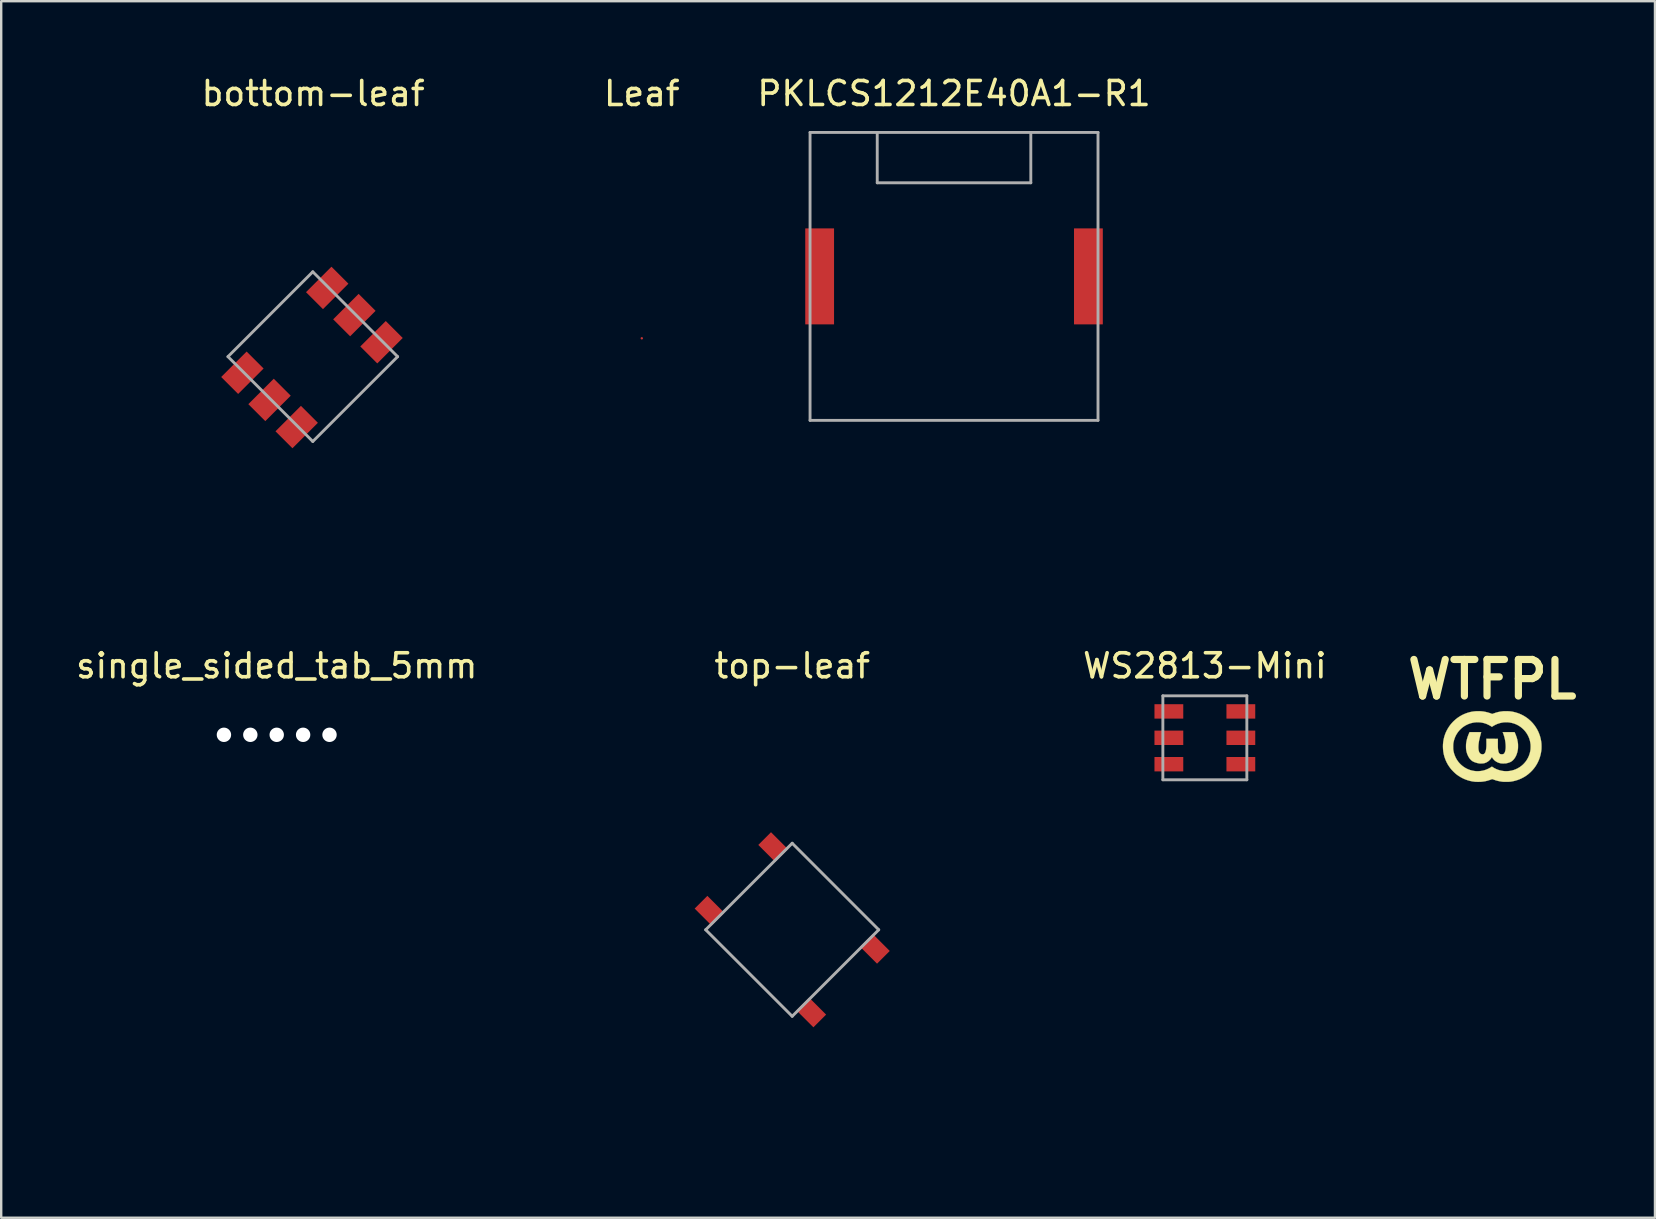
<source format=kicad_pcb>
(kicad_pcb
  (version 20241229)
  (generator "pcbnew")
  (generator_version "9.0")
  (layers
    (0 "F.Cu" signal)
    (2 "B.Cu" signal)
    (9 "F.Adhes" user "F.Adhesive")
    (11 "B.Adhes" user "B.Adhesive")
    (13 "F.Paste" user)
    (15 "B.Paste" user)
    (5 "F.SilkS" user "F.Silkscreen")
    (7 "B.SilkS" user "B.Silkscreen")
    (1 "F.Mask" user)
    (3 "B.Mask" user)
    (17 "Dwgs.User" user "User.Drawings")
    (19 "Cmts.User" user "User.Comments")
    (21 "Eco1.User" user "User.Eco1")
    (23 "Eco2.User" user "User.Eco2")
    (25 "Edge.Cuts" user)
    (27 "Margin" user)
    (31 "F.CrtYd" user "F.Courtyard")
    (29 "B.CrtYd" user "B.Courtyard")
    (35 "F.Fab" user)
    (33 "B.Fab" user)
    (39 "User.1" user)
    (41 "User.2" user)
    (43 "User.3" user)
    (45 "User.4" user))
  (footprint "single_sided_tab_5mm"
    (layer "F.Cu")
    (at 8.482 27.197)
    (property "Reference" "single_sided_tab_5mm" (at 0 -2.5 0) (layer "F.SilkS") (effects (font (size 1 1) (thickness 0.15))))
    (attr through_hole)
    (fp_arc (start -2.5 -0.5) (mid -2.646447 -0.146447) (end -3 0) (stroke (width 0.05) (type solid)) (layer "Eco1.User"))
    (fp_arc (start 3 0) (mid 2.646447 -0.146447) (end 2.5 -0.5) (stroke (width 0.05) (type solid)) (layer "Eco1.User"))
    (pad "" np_thru_hole circle (at -2.2 0.375) (size 0.6 0.6) (drill 0.6) (layers "*.Cu" "*.Mask"))
    (pad "" np_thru_hole circle (at -1.1 0.375) (size 0.6 0.6) (drill 0.6) (layers "*.Cu" "*.Mask"))
    (pad "" np_thru_hole circle (at 0 0.375) (size 0.6 0.6) (drill 0.6) (layers "*.Cu" "*.Mask"))
    (pad "" np_thru_hole circle (at 1.1 0.375) (size 0.6 0.6) (drill 0.6) (layers "*.Cu" "*.Mask"))
    (pad "" np_thru_hole circle (at 2.2 0.375) (size 0.6 0.6) (drill 0.6) (layers "*.Cu" "*.Mask")))
  (footprint "WTFPL"
    (layer "F.Cu")
    (at 59.138 28.06)
    (property "Reference" "WTFPL" (at 0 -2.794 0) (layer "F.SilkS") (effects (font (size 1.524 1.524) (thickness 0.3))))
    (attr smd)
    (fp_poly (pts (xy -0.655 -0.599) (xy -0.614 -0.599) (xy -0.579 -0.599) (xy -0.55 -0.598) (xy -0.526 -0.598) (xy -0.507 -0.598) (xy -0.492 -0.598) (xy -0.48 -0.597) (xy -0.472 -0.597) (xy -0.467 -0.596) (xy -0.464 -0.595) (xy -0.462 -0.594) (xy -0.462 -0.593) (xy -0.462 -0.592) (xy -0.468 -0.575) (xy -0.474 -0.552) (xy -0.482 -0.525) (xy -0.49 -0.496) (xy -0.498 -0.467) (xy -0.505 -0.439) (xy -0.511 -0.415) (xy -0.513 -0.407) (xy -0.533 -0.322) (xy -0.55 -0.243) (xy -0.562 -0.169) (xy -0.571 -0.099) (xy -0.576 -0.033) (xy -0.578 0.029) (xy -0.576 0.085) (xy -0.571 0.135) (xy -0.563 0.179) (xy -0.551 0.217) (xy -0.535 0.25) (xy -0.516 0.276) (xy -0.511 0.282) (xy -0.493 0.297) (xy -0.47 0.309) (xy -0.444 0.319) (xy -0.418 0.324) (xy -0.394 0.325) (xy -0.391 0.325) (xy -0.365 0.319) (xy -0.342 0.307) (xy -0.321 0.289) (xy -0.303 0.264) (xy -0.288 0.232) (xy -0.274 0.194) (xy -0.263 0.149) (xy -0.258 0.119) (xy -0.254 0.093) (xy -0.25 0.066) (xy -0.248 0.039) (xy -0.246 0.011) (xy -0.244 -0.021) (xy -0.244 -0.056) (xy -0.243 -0.095) (xy -0.244 -0.141) (xy -0.244 -0.177) (xy -0.246 -0.323) (xy -0.166 -0.323) (xy -0.144 -0.323) (xy -0.116 -0.323) (xy -0.084 -0.322) (xy -0.049 -0.322) (xy -0.011 -0.322) (xy 0.027 -0.321) (xy 0.065 -0.321) (xy 0.074 -0.321) (xy 0.234 -0.318) (xy 0.233 -0.158) (xy 0.233 -0.102) (xy 0.233 -0.053) (xy 0.233 -0.009) (xy 0.234 0.029) (xy 0.236 0.063) (xy 0.238 0.094) (xy 0.241 0.122) (xy 0.245 0.147) (xy 0.247 0.161) (xy 0.255 0.203) (xy 0.266 0.237) (xy 0.279 0.265) (xy 0.295 0.288) (xy 0.314 0.304) (xy 0.335 0.315) (xy 0.35 0.32) (xy 0.365 0.322) (xy 0.383 0.323) (xy 0.403 0.323) (xy 0.423 0.322) (xy 0.442 0.32) (xy 0.456 0.317) (xy 0.464 0.314) (xy 0.484 0.299) (xy 0.503 0.278) (xy 0.519 0.25) (xy 0.532 0.217) (xy 0.543 0.179) (xy 0.551 0.137) (xy 0.557 0.089) (xy 0.56 0.039) (xy 0.56 -0.016) (xy 0.558 -0.073) (xy 0.553 -0.133) (xy 0.546 -0.195) (xy 0.536 -0.258) (xy 0.523 -0.323) (xy 0.511 -0.37) (xy 0.503 -0.403) (xy 0.492 -0.438) (xy 0.481 -0.474) (xy 0.47 -0.509) (xy 0.459 -0.54) (xy 0.448 -0.566) (xy 0.448 -0.568) (xy 0.442 -0.581) (xy 0.438 -0.591) (xy 0.436 -0.597) (xy 0.435 -0.598) (xy 0.439 -0.598) (xy 0.449 -0.598) (xy 0.465 -0.598) (xy 0.487 -0.598) (xy 0.514 -0.598) (xy 0.545 -0.599) (xy 0.58 -0.599) (xy 0.617 -0.599) (xy 0.658 -0.599) (xy 0.682 -0.599) (xy 0.929 -0.599) (xy 0.944 -0.567) (xy 0.983 -0.476) (xy 1.015 -0.385) (xy 1.041 -0.295) (xy 1.059 -0.204) (xy 1.069 -0.14) (xy 1.072 -0.107) (xy 1.074 -0.069) (xy 1.074 -0.029) (xy 1.074 0.012) (xy 1.073 0.051) (xy 1.071 0.086) (xy 1.069 0.104) (xy 1.058 0.172) (xy 1.043 0.239) (xy 1.024 0.302) (xy 1.001 0.362) (xy 0.975 0.418) (xy 0.944 0.469) (xy 0.911 0.516) (xy 0.875 0.558) (xy 0.837 0.594) (xy 0.796 0.624) (xy 0.753 0.648) (xy 0.753 0.648) (xy 0.72 0.661) (xy 0.682 0.674) (xy 0.642 0.686) (xy 0.603 0.696) (xy 0.602 0.696) (xy 0.587 0.699) (xy 0.574 0.701) (xy 0.562 0.703) (xy 0.548 0.704) (xy 0.533 0.705) (xy 0.513 0.705) (xy 0.489 0.706) (xy 0.468 0.706) (xy 0.435 0.706) (xy 0.408 0.705) (xy 0.385 0.704) (xy 0.365 0.702) (xy 0.347 0.699) (xy 0.328 0.695) (xy 0.307 0.689) (xy 0.283 0.682) (xy 0.282 0.682) (xy 0.226 0.661) (xy 0.173 0.634) (xy 0.124 0.601) (xy 0.086 0.57) (xy 0.069 0.552) (xy 0.05 0.53) (xy 0.03 0.506) (xy 0.012 0.482) (xy -0.002 0.46) (xy -0.005 0.456) (xy -0.015 0.438) (xy -0.031 0.465) (xy -0.066 0.516) (xy -0.106 0.561) (xy -0.149 0.601) (xy -0.196 0.635) (xy -0.246 0.663) (xy -0.287 0.68) (xy -0.311 0.688) (xy -0.332 0.695) (xy -0.354 0.699) (xy -0.377 0.702) (xy -0.403 0.704) (xy -0.434 0.705) (xy -0.448 0.706) (xy -0.471 0.706) (xy -0.493 0.706) (xy -0.511 0.706) (xy -0.525 0.706) (xy -0.533 0.705) (xy -0.533 0.705) (xy -0.576 0.699) (xy -0.62 0.689) (xy -0.664 0.677) (xy -0.708 0.664) (xy -0.749 0.648) (xy -0.786 0.632) (xy -0.817 0.615) (xy -0.83 0.607) (xy -0.855 0.589) (xy -0.881 0.566) (xy -0.908 0.539) (xy -0.933 0.511) (xy -0.955 0.483) (xy -0.955 0.482) (xy -0.966 0.467) (xy -0.978 0.446) (xy -0.991 0.424) (xy -1.003 0.402) (xy -1.007 0.394) (xy -1.03 0.343) (xy -1.05 0.292) (xy -1.065 0.241) (xy -1.078 0.186) (xy -1.086 0.144) (xy -1.089 0.118) (xy -1.092 0.087) (xy -1.093 0.052) (xy -1.094 0.014) (xy -1.094 -0.024) (xy -1.093 -0.061) (xy -1.092 -0.095) (xy -1.089 -0.125) (xy -1.087 -0.14) (xy -1.073 -0.224) (xy -1.054 -0.306) (xy -1.031 -0.386) (xy -1.003 -0.466) (xy -0.968 -0.548) (xy -0.968 -0.549) (xy -0.946 -0.599) (xy -0.703 -0.599) (xy -0.655 -0.599)) (stroke (width 0.01) (type solid)) (fill yes) (layer "F.SilkS"))
    (fp_poly (pts (xy 0.613 -1.473) (xy 0.668 -1.47) (xy 0.722 -1.467) (xy 0.773 -1.461) (xy 0.821 -1.455) (xy 0.849 -1.45) (xy 0.952 -1.426) (xy 1.052 -1.396) (xy 1.149 -1.36) (xy 1.242 -1.317) (xy 1.332 -1.268) (xy 1.418 -1.213) (xy 1.5 -1.152) (xy 1.578 -1.084) (xy 1.617 -1.047) (xy 1.689 -0.971) (xy 1.754 -0.891) (xy 1.813 -0.807) (xy 1.866 -0.72) (xy 1.913 -0.629) (xy 1.953 -0.535) (xy 1.987 -0.438) (xy 2.014 -0.338) (xy 2.035 -0.235) (xy 2.045 -0.161) (xy 2.048 -0.132) (xy 2.05 -0.097) (xy 2.051 -0.058) (xy 2.052 -0.017) (xy 2.052 0.025) (xy 2.051 0.065) (xy 2.05 0.104) (xy 2.047 0.138) (xy 2.045 0.161) (xy 2.029 0.267) (xy 2.006 0.369) (xy 1.977 0.468) (xy 1.941 0.564) (xy 1.899 0.657) (xy 1.851 0.747) (xy 1.796 0.833) (xy 1.736 0.915) (xy 1.669 0.993) (xy 1.596 1.067) (xy 1.518 1.136) (xy 1.488 1.161) (xy 1.408 1.22) (xy 1.323 1.273) (xy 1.235 1.32) (xy 1.143 1.362) (xy 1.049 1.397) (xy 0.952 1.426) (xy 0.867 1.446) (xy 0.833 1.452) (xy 0.802 1.458) (xy 0.774 1.462) (xy 0.747 1.465) (xy 0.72 1.468) (xy 0.691 1.47) (xy 0.66 1.471) (xy 0.624 1.471) (xy 0.582 1.471) (xy 0.579 1.471) (xy 0.544 1.471) (xy 0.514 1.471) (xy 0.49 1.471) (xy 0.47 1.47) (xy 0.452 1.469) (xy 0.435 1.468) (xy 0.419 1.466) (xy 0.402 1.464) (xy 0.396 1.463) (xy 0.31 1.449) (xy 0.226 1.431) (xy 0.147 1.409) (xy 0.073 1.384) (xy 0.068 1.382) (xy 0.05 1.375) (xy 0.033 1.369) (xy 0.019 1.364) (xy 0.01 1.361) (xy 0.009 1.36) (xy 0.004 1.359) (xy -0.002 1.359) (xy -0.01 1.361) (xy -0.022 1.364) (xy -0.038 1.37) (xy -0.055 1.376) (xy -0.133 1.404) (xy -0.21 1.427) (xy -0.286 1.445) (xy -0.365 1.458) (xy -0.445 1.468) (xy -0.474 1.47) (xy -0.509 1.471) (xy -0.547 1.472) (xy -0.587 1.473) (xy -0.626 1.472) (xy -0.664 1.471) (xy -0.698 1.47) (xy -0.724 1.468) (xy -0.827 1.454) (xy -0.929 1.433) (xy -1.027 1.405) (xy -1.124 1.371) (xy -1.218 1.33) (xy -1.309 1.282) (xy -1.398 1.228) (xy -1.483 1.167) (xy -1.506 1.149) (xy -1.529 1.129) (xy -1.555 1.106) (xy -1.584 1.079) (xy -1.614 1.05) (xy -1.643 1.02) (xy -1.672 0.99) (xy -1.698 0.962) (xy -1.72 0.936) (xy -1.732 0.922) (xy -1.794 0.838) (xy -1.85 0.752) (xy -1.899 0.661) (xy -1.942 0.568) (xy -1.978 0.472) (xy -1.998 0.41) (xy -2.023 0.312) (xy -2.04 0.213) (xy -2.051 0.112) (xy -2.055 0.01) (xy -2.055 0.007) (xy -1.628 0.007) (xy -1.628 0.042) (xy -1.627 0.075) (xy -1.626 0.105) (xy -1.624 0.132) (xy -1.621 0.152) (xy -1.621 0.155) (xy -1.607 0.229) (xy -1.589 0.299) (xy -1.578 0.331) (xy -1.548 0.41) (xy -1.512 0.486) (xy -1.47 0.558) (xy -1.423 0.626) (xy -1.37 0.689) (xy -1.313 0.748) (xy -1.251 0.802) (xy -1.186 0.851) (xy -1.116 0.895) (xy -1.043 0.933) (xy -0.967 0.965) (xy -0.888 0.991) (xy -0.807 1.01) (xy -0.723 1.023) (xy -0.68 1.027) (xy -0.657 1.028) (xy -0.64 1.029) (xy -0.625 1.03) (xy -0.612 1.03) (xy -0.598 1.029) (xy -0.581 1.029) (xy -0.56 1.027) (xy -0.554 1.027) (xy -0.487 1.021) (xy -0.425 1.012) (xy -0.366 0.999) (xy -0.332 0.99) (xy -0.281 0.974) (xy -0.228 0.953) (xy -0.174 0.929) (xy -0.122 0.903) (xy -0.074 0.876) (xy -0.055 0.864) (xy -0.014 0.837) (xy 0.023 0.862) (xy 0.092 0.904) (xy 0.166 0.94) (xy 0.243 0.971) (xy 0.322 0.995) (xy 0.403 1.013) (xy 0.485 1.024) (xy 0.567 1.029) (xy 0.642 1.027) (xy 0.729 1.018) (xy 0.814 1.002) (xy 0.896 0.979) (xy 0.976 0.949) (xy 1.053 0.913) (xy 1.126 0.87) (xy 1.158 0.85) (xy 1.227 0.798) (xy 1.291 0.741) (xy 1.349 0.679) (xy 1.402 0.614) (xy 1.449 0.544) (xy 1.49 0.47) (xy 1.526 0.392) (xy 1.554 0.311) (xy 1.577 0.227) (xy 1.591 0.152) (xy 1.594 0.128) (xy 1.596 0.099) (xy 1.598 0.066) (xy 1.599 0.031) (xy 1.6 -0.003) (xy 1.599 -0.036) (xy 1.598 -0.066) (xy 1.597 -0.082) (xy 1.585 -0.168) (xy 1.567 -0.252) (xy 1.542 -0.333) (xy 1.51 -0.412) (xy 1.472 -0.487) (xy 1.428 -0.559) (xy 1.378 -0.627) (xy 1.323 -0.691) (xy 1.261 -0.751) (xy 1.194 -0.806) (xy 1.189 -0.81) (xy 1.119 -0.858) (xy 1.045 -0.9) (xy 0.968 -0.935) (xy 0.887 -0.964) (xy 0.803 -0.986) (xy 0.717 -1.002) (xy 0.695 -1.005) (xy 0.674 -1.007) (xy 0.648 -1.009) (xy 0.618 -1.01) (xy 0.586 -1.01) (xy 0.553 -1.01) (xy 0.522 -1.009) (xy 0.495 -1.008) (xy 0.472 -1.006) (xy 0.47 -1.006) (xy 0.385 -0.992) (xy 0.302 -0.972) (xy 0.22 -0.945) (xy 0.141 -0.911) (xy 0.065 -0.871) (xy 0.021 -0.843) (xy -0.015 -0.82) (xy -0.054 -0.846) (xy -0.075 -0.859) (xy -0.101 -0.873) (xy -0.13 -0.889) (xy -0.161 -0.905) (xy -0.193 -0.92) (xy -0.222 -0.934) (xy -0.248 -0.945) (xy -0.259 -0.949) (xy -0.34 -0.975) (xy -0.423 -0.994) (xy -0.506 -1.006) (xy -0.589 -1.011) (xy -0.673 -1.009) (xy -0.756 -1.001) (xy -0.838 -0.985) (xy -0.918 -0.964) (xy -0.997 -0.935) (xy -1.073 -0.9) (xy -1.147 -0.859) (xy -1.174 -0.841) (xy -1.207 -0.818) (xy -1.236 -0.797) (xy -1.263 -0.775) (xy -1.29 -0.751) (xy -1.319 -0.724) (xy -1.332 -0.711) (xy -1.361 -0.682) (xy -1.386 -0.654) (xy -1.408 -0.627) (xy -1.43 -0.599) (xy -1.452 -0.567) (xy -1.462 -0.553) (xy -1.506 -0.481) (xy -1.543 -0.405) (xy -1.574 -0.325) (xy -1.599 -0.242) (xy -1.618 -0.156) (xy -1.621 -0.138) (xy -1.623 -0.117) (xy -1.625 -0.091) (xy -1.627 -0.061) (xy -1.627 -0.028) (xy -1.628 0.007) (xy -2.055 0.007) (xy -2.053 -0.091) (xy -2.043 -0.192) (xy -2.027 -0.292) (xy -2.004 -0.39) (xy -1.998 -0.41) (xy -1.981 -0.466) (xy -1.963 -0.517) (xy -1.943 -0.568) (xy -1.92 -0.619) (xy -1.893 -0.673) (xy -1.893 -0.673) (xy -1.85 -0.751) (xy -1.804 -0.824) (xy -1.755 -0.893) (xy -1.7 -0.96) (xy -1.639 -1.026) (xy -1.609 -1.056) (xy -1.532 -1.126) (xy -1.452 -1.19) (xy -1.368 -1.247) (xy -1.28 -1.299) (xy -1.189 -1.344) (xy -1.094 -1.383) (xy -1.047 -1.399) (xy -0.962 -1.425) (xy -0.879 -1.445) (xy -0.795 -1.459) (xy -0.71 -1.468) (xy -0.622 -1.473) (xy -0.582 -1.473) (xy -0.478 -1.47) (xy -0.377 -1.46) (xy -0.277 -1.442) (xy -0.18 -1.418) (xy -0.084 -1.388) (xy -0.047 -1.373) (xy -0.03 -1.367) (xy -0.017 -1.362) (xy -0.007 -1.358) (xy -0.003 -1.357) (xy -0.003 -1.357) (xy 0.002 -1.358) (xy 0.012 -1.362) (xy 0.026 -1.367) (xy 0.044 -1.373) (xy 0.063 -1.38) (xy 0.158 -1.412) (xy 0.253 -1.438) (xy 0.35 -1.456) (xy 0.449 -1.469) (xy 0.464 -1.47) (xy 0.509 -1.473) (xy 0.56 -1.473) (xy 0.613 -1.473)) (stroke (width 0.01) (type solid)) (fill yes) (layer "F.SilkS")))
  (footprint "Leaf"
    (layer "F.Cu")
    (at 23.696 11.048)
    (property "Reference" "Leaf" (at 0 -10.2 0) (layer "F.SilkS") (effects (font (size 1 1) (thickness 0.15))))
    (attr through_hole)
    (pad "" smd circle (at 0 0 90) (size 0.1 0.1) (layers "F.Cu" "F.Mask" "F.Paste")))
  (footprint "PKLCS1212E40A1-R1"
    (layer "F.Cu")
    (at 36.708 8.468)
    (property "Reference" "PKLCS1212E40A1-R1" (at 0 -7.62 0) (layer "F.SilkS") (effects (font (size 1 1) (thickness 0.15))))
    (attr through_hole)
    (fp_line (start -6 -6) (end 6 -6) (stroke (width 0.12) (type solid)) (layer "F.Fab"))
    (fp_line (start -6 6) (end -6 -6) (stroke (width 0.12) (type solid)) (layer "F.Fab"))
    (fp_line (start -3.2 -6) (end -3.2 -3.9) (stroke (width 0.12) (type solid)) (layer "F.Fab"))
    (fp_line (start -3.2 -3.9) (end 3.2 -3.9) (stroke (width 0.12) (type solid)) (layer "F.Fab"))
    (fp_line (start 3.2 -3.9) (end 3.2 -6) (stroke (width 0.12) (type solid)) (layer "F.Fab"))
    (fp_line (start 6 -6) (end 6 6) (stroke (width 0.12) (type solid)) (layer "F.Fab"))
    (fp_line (start 6 6) (end -6 6) (stroke (width 0.12) (type solid)) (layer "F.Fab"))
    (pad "1" smd rect (at -5.6 0) (size 1.2 4) (layers "F.Cu" "F.Mask" "F.Paste"))
    (pad "2" smd rect (at 5.6 0) (size 1.2 4) (layers "F.Cu" "F.Mask" "F.Paste")))
  (footprint "WS2813-Mini"
    (layer "F.Cu")
    (at 47.161 27.697)
    (property "Reference" "WS2813-Mini" (at 0 -3 0) (layer "F.SilkS") (effects (font (size 1 1) (thickness 0.15))))
    (attr through_hole)
    (fp_line (start -1.75 -1.75) (end 1.75 -1.75) (stroke (width 0.12) (type solid)) (layer "F.Fab"))
    (fp_line (start -1.75 1.75) (end -1.75 -1.75) (stroke (width 0.12) (type solid)) (layer "F.Fab"))
    (fp_line (start 1.75 -1.75) (end 1.75 1.75) (stroke (width 0.12) (type solid)) (layer "F.Fab"))
    (fp_line (start 1.75 1.75) (end -1.75 1.75) (stroke (width 0.12) (type solid)) (layer "F.Fab"))
    (pad "1" smd rect (at 1.5 1.1) (size 1.2 0.6) (layers "F.Cu" "F.Mask" "F.Paste"))
    (pad "2" smd rect (at 1.5 0) (size 1.2 0.6) (layers "F.Cu" "F.Mask" "F.Paste"))
    (pad "3" smd rect (at 1.5 -1.1) (size 1.2 0.6) (layers "F.Cu" "F.Mask" "F.Paste"))
    (pad "4" smd rect (at -1.5 -1.1) (size 1.2 0.6) (layers "F.Cu" "F.Mask" "F.Paste"))
    (pad "5" smd rect (at -1.5 0) (size 1.2 0.6) (layers "F.Cu" "F.Mask" "F.Paste"))
    (pad "6" smd rect (at -1.5 1.1) (size 1.2 0.6) (layers "F.Cu" "F.Mask" "F.Paste")))
  (footprint "top-leaf"
    (layer "F.Cu")
    (at 29.964 35.697)
    (property "Reference" "top-leaf" (at 0 -11 0) (layer "F.SilkS") (effects (font (size 1 1) (thickness 0.15))))
    (attr through_hole)
    (fp_circle (center 0 0) (end 4.5 0) (stroke (width 9) (type solid)) (fill no) (layer "F.Mask"))
    (fp_poly (pts (xy 9 0) (xy 0 9) (xy -10 9) (xy -10 -10) (xy 9 -10)) (stroke (width 0) (type solid)) (fill yes) (layer "F.Mask"))
    (fp_circle (center 0 0) (end 4.5 0) (stroke (width 9) (type solid)) (fill no) (layer "B.Mask"))
    (fp_poly (pts (xy 9 0) (xy 0 9) (xy -10 9) (xy -10 -10) (xy 9 -10)) (stroke (width 0) (type solid)) (fill yes) (layer "B.Mask"))
    (fp_line (start -3.606 0) (end 0 -3.606) (stroke (width 0.12) (type solid)) (layer "F.Fab"))
    (fp_line (start 0 -3.606) (end 3.606 0) (stroke (width 0.12) (type solid)) (layer "F.Fab"))
    (fp_line (start 0 3.606) (end -3.606 0) (stroke (width 0.12) (type solid)) (layer "F.Fab"))
    (fp_line (start 3.606 0) (end 0 3.606) (stroke (width 0.12) (type solid)) (layer "F.Fab"))
    (pad "1" smd rect (at -3.447 -0.795 135) (size 1 0.75) (layers "F.Cu" "F.Mask" "F.Paste"))
    (pad "1" smd rect (at 0.795 3.447 135) (size 1 0.75) (layers "F.Cu" "F.Mask" "F.Paste"))
    (pad "2" smd rect (at -0.795 -3.447 135) (size 1 0.75) (layers "F.Cu" "F.Mask" "F.Paste"))
    (pad "2" smd rect (at 3.447 0.795 135) (size 1 0.75) (layers "F.Cu" "F.Mask" "F.Paste")))
  (footprint "bottom-leaf"
    (layer "F.Cu")
    (at 10 11.848)
    (property "Reference" "bottom-leaf" (at 0 -11 0) (layer "F.SilkS") (effects (font (size 1 1) (thickness 0.15))))
    (attr through_hole)
    (fp_circle (center 0 0) (end 4.5 0) (stroke (width 9) (type solid)) (fill no) (layer "F.Mask"))
    (fp_poly (pts (xy 9 0) (xy 0 9) (xy -10 9) (xy -10 -10) (xy 9 -10)) (stroke (width 0) (type solid)) (fill yes) (layer "F.Mask"))
    (fp_circle (center 0 0) (end 4.5 0) (stroke (width 9) (type solid)) (fill no) (layer "B.Mask"))
    (fp_poly (pts (xy 9 0) (xy 0 9) (xy -10 9) (xy -10 -10) (xy 9 -10)) (stroke (width 0) (type solid)) (fill yes) (layer "B.Mask"))
    (fp_line (start -3.55 -0.035) (end -0.015 -3.571) (stroke (width 0.12) (type solid)) (layer "F.Fab"))
    (fp_line (start -3.55 -0.035) (end -0.015 3.5) (stroke (width 0.12) (type solid)) (layer "F.Fab"))
    (fp_line (start -0.015 -3.571) (end 3.521 -0.035) (stroke (width 0.12) (type solid)) (layer "F.Fab"))
    (fp_line (start 3.521 -0.035) (end -0.015 3.5) (stroke (width 0.12) (type solid)) (layer "F.Fab"))
    (pad "1" smd rect (at 2.849 -0.636 45) (size 1.5 1) (layers "F.Cu" "F.Mask" "F.Paste"))
    (pad "2" smd rect (at 1.718 -1.768 45) (size 1.5 1) (layers "F.Cu" "F.Mask" "F.Paste"))
    (pad "3" smd rect (at 0.586 -2.899 45) (size 1.5 1) (layers "F.Cu" "F.Mask" "F.Paste"))
    (pad "4" smd rect (at -2.949 0.636 45) (size 1.5 1) (layers "F.Cu" "F.Mask" "F.Paste"))
    (pad "5" smd rect (at -1.818 1.768 45) (size 1.5 1) (layers "F.Cu" "F.Mask" "F.Paste"))
    (pad "6" smd rect (at -0.686 2.899 45) (size 1.5 1) (layers "F.Cu" "F.Mask" "F.Paste")))
  (gr_rect
    (start -3 -3)
    (end 65.919 47.697)
    (stroke (width 0.1) (type default))
    (fill no)
    (layer "Edge.Cuts")))
</source>
